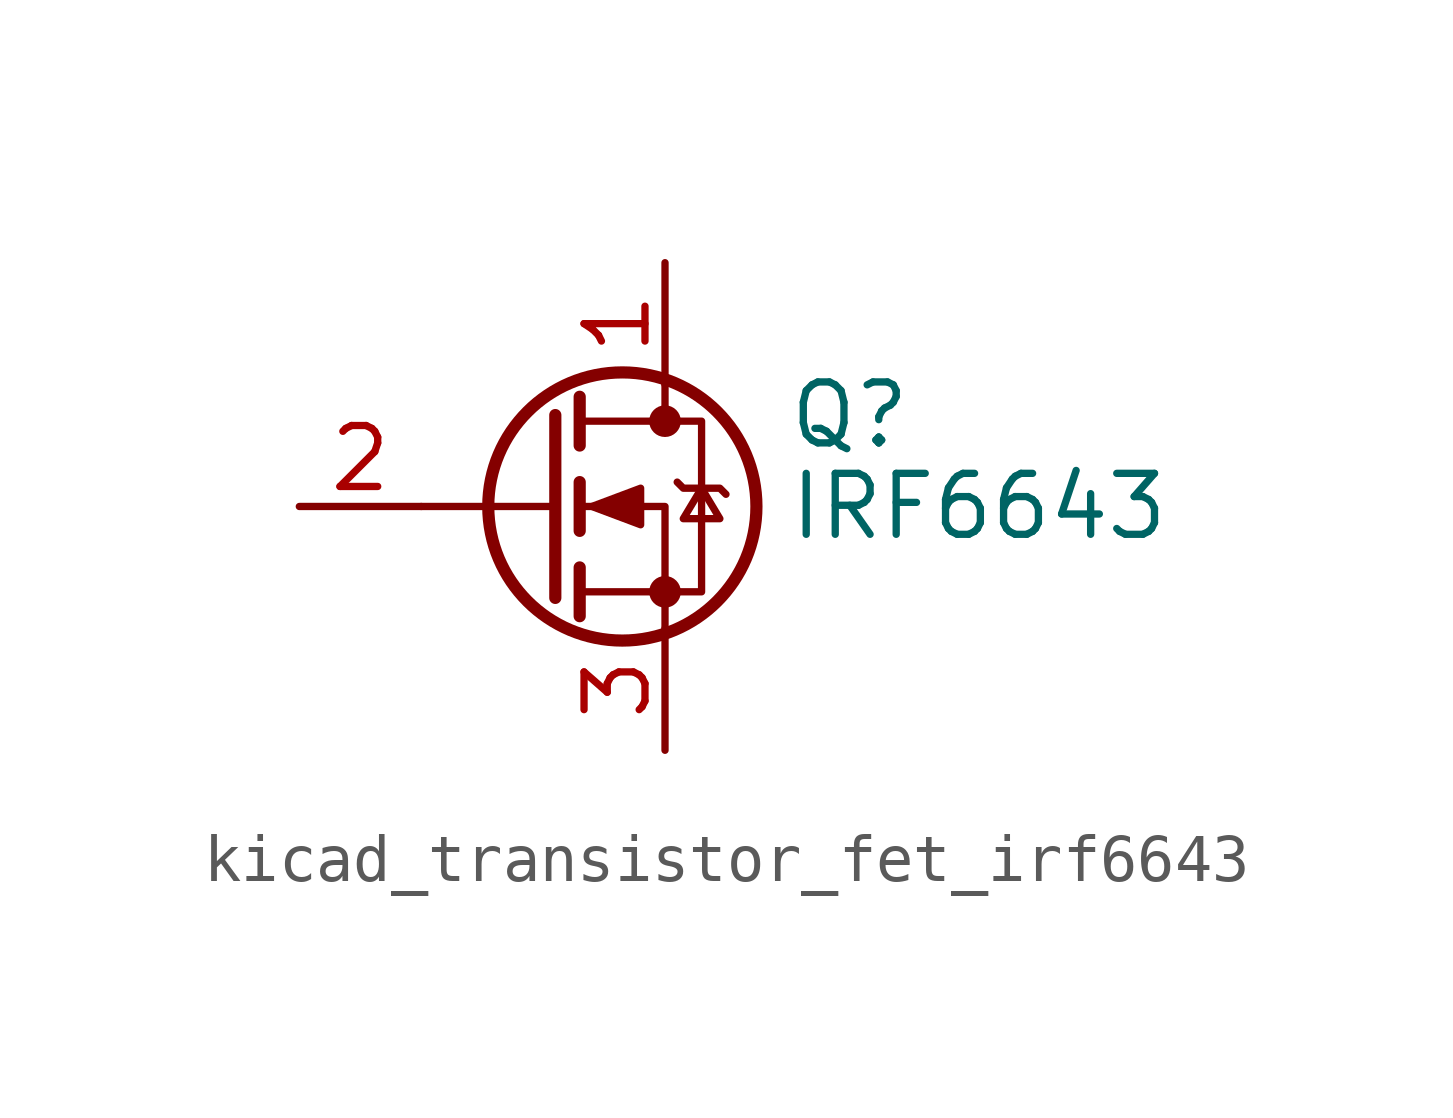
<source format=kicad_sym>
(kicad_symbol_lib
  (version 20220914)
  (generator kicad_symbol_editor)
  (symbol "kicad_transistor_fet_irf6643"
    (pin_names hide)
    (property "Reference" "Q"
      (at 5.08 1.905 0)
      (effects (font (size 1.27 1.27)) (justify left)))
    (property "Value" "IRF6643"
      (at 5.08 0 0)
      (effects (font (size 1.27 1.27)) (justify left)))
    (symbol "kicad_transistor_fet_irf6643_0_1"
      (polyline (pts (xy 0.254 0) (xy -2.54 0)) (stroke (width 0) (type default)) (fill (type none)))
      (polyline (pts (xy 0.254 1.905) (xy 0.254 -1.905)) (stroke (width 0.254) (type default)) (fill (type none)))
      (polyline (pts (xy 0.762 -1.27) (xy 0.762 -2.286)) (stroke (width 0.254) (type default)) (fill (type none)))
      (polyline (pts (xy 0.762 0.508) (xy 0.762 -0.508)) (stroke (width 0.254) (type default)) (fill (type none)))
      (polyline (pts (xy 0.762 2.286) (xy 0.762 1.27)) (stroke (width 0.254) (type default)) (fill (type none)))
      (polyline (pts (xy 2.54 2.54) (xy 2.54 1.778)) (stroke (width 0) (type default)) (fill (type none)))
      (polyline (pts (xy 2.54 -2.54) (xy 2.54 0) (xy 0.762 0)) (stroke (width 0) (type default)) (fill (type none)))
      (polyline (pts (xy 0.762 -1.778) (xy 3.302 -1.778) (xy 3.302 1.778) (xy 0.762 1.778)) (stroke (width 0) (type default)) (fill (type none)))
      (polyline (pts (xy 1.016 0) (xy 2.032 0.381) (xy 2.032 -0.381) (xy 1.016 0)) (stroke (width 0) (type default)) (fill (type outline)))
      (polyline (pts (xy 2.794 0.508) (xy 2.921 0.381) (xy 3.683 0.381) (xy 3.81 0.254)) (stroke (width 0) (type default)) (fill (type none)))
      (polyline (pts (xy 3.302 0.381) (xy 2.921 -0.254) (xy 3.683 -0.254) (xy 3.302 0.381)) (stroke (width 0) (type default)) (fill (type none)))
      (circle (center 1.651 0) (radius 2.794) (stroke (width 0.254) (type default)) (fill (type none)))
      (circle (center 2.54 -1.778) (radius 0.254) (stroke (width 0) (type default)) (fill (type outline)))
      (circle (center 2.54 1.778) (radius 0.254) (stroke (width 0) (type default)) (fill (type outline))))
    (symbol "kicad_transistor_fet_irf6643_1_1"
      (pin passive line (at 2.54 5.08 270) (length 2.54) (name "D" (effects (font (size 1.27 1.27)))) (number "1" (effects (font (size 1.27 1.27)))))
      (pin input line (at -5.08 0 0) (length 2.54) (name "G" (effects (font (size 1.27 1.27)))) (number "2" (effects (font (size 1.27 1.27)))))
      (pin passive line (at 2.54 -5.08 90) (length 2.54) (name "S" (effects (font (size 1.27 1.27)))) (number "3" (effects (font (size 1.27 1.27))))))))
</source>
